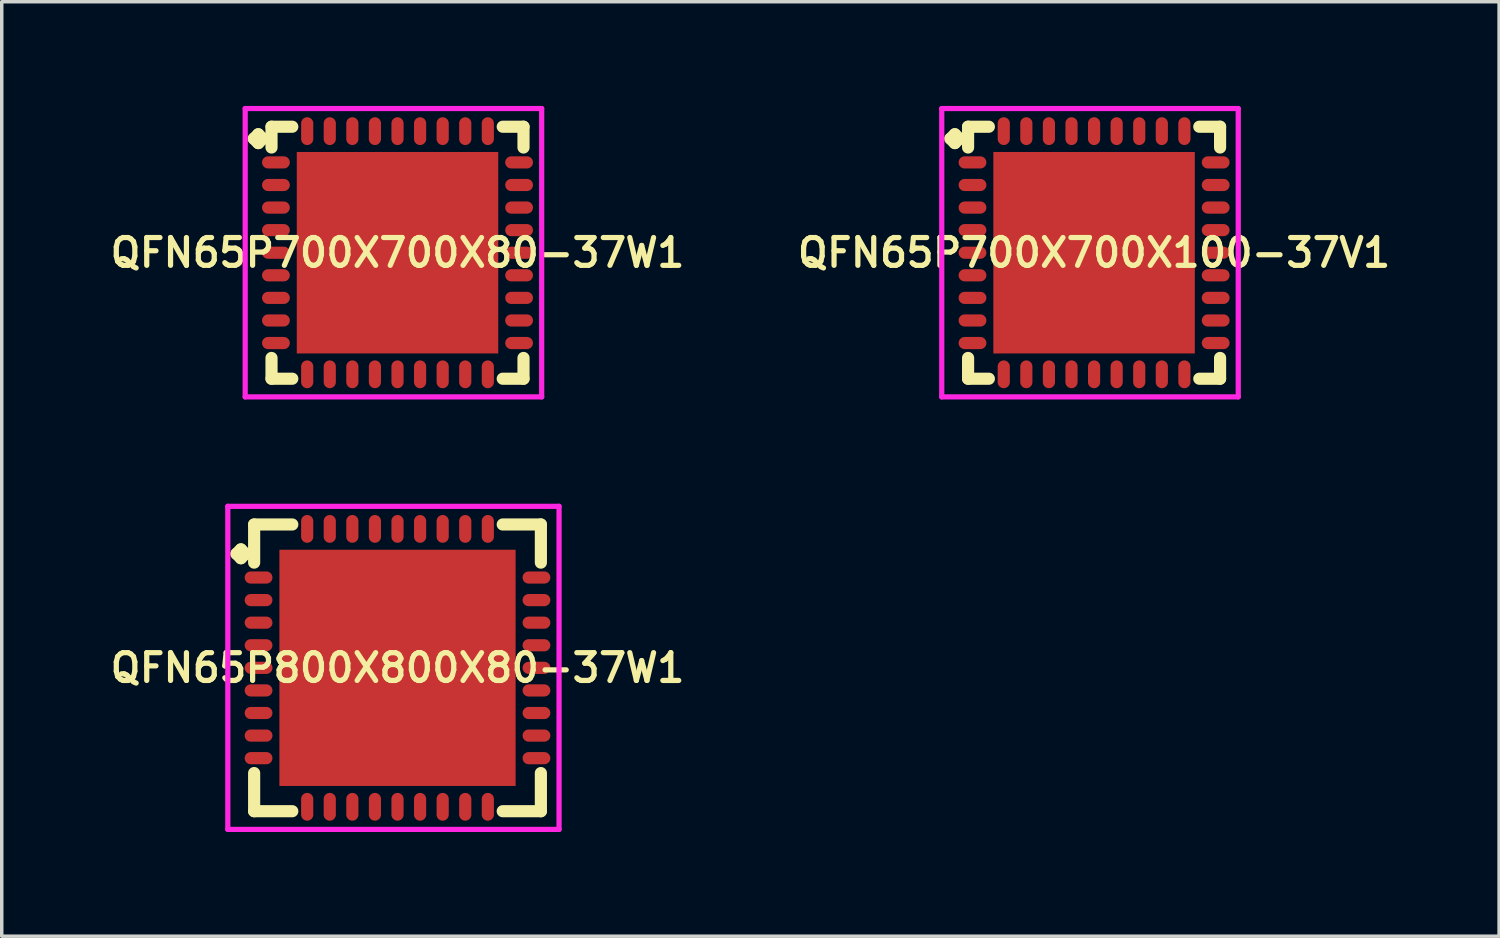
<source format=kicad_pcb>
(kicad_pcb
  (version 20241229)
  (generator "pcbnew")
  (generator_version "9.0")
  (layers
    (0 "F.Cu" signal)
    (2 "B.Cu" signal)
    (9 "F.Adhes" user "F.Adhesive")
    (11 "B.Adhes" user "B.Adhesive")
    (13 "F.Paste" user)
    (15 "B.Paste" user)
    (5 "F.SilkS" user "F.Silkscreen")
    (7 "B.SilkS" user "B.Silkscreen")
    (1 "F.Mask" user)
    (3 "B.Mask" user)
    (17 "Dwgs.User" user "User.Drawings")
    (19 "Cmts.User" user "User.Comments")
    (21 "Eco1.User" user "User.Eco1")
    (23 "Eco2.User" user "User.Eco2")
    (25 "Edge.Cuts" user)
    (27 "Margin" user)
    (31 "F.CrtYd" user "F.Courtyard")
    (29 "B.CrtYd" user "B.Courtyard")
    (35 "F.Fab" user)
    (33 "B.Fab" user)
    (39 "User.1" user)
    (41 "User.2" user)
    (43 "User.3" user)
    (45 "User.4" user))
  (footprint "QFN65P700X700X80-37W1"
    (layer "F.Cu")
    (at 8.393 4.225)
    (property "Reference" "QFN65P700X700X80-37W1" (at 0 0 0) (layer "F.SilkS") (effects (font (size 0.8 0.8) (thickness 0.15))))
    (attr smd)
    (fp_line (start -4.135 -3.283) (end -4.008 -3.41) (stroke (width 0.35) (type solid)) (layer "F.SilkS"))
    (fp_line (start -4.008 -3.41) (end -3.881 -3.283) (stroke (width 0.35) (type solid)) (layer "F.SilkS"))
    (fp_line (start -4.008 -3.156) (end -4.135 -3.283) (stroke (width 0.35) (type solid)) (layer "F.SilkS"))
    (fp_line (start -3.881 -3.283) (end -4.008 -3.156) (stroke (width 0.35) (type solid)) (layer "F.SilkS"))
    (fp_line (start -3.627 -3.627) (end -3.029 -3.627) (stroke (width 0.35) (type solid)) (layer "F.SilkS"))
    (fp_line (start -3.627 -3.029) (end -3.627 -3.627) (stroke (width 0.35) (type solid)) (layer "F.SilkS"))
    (fp_line (start -3.627 3.029) (end -3.627 3.627) (stroke (width 0.35) (type solid)) (layer "F.SilkS"))
    (fp_line (start -3.627 3.627) (end -3.029 3.627) (stroke (width 0.35) (type solid)) (layer "F.SilkS"))
    (fp_line (start 3.029 -3.627) (end 3.627 -3.627) (stroke (width 0.35) (type solid)) (layer "F.SilkS"))
    (fp_line (start 3.029 3.627) (end 3.627 3.627) (stroke (width 0.35) (type solid)) (layer "F.SilkS"))
    (fp_line (start 3.627 -3.627) (end 3.627 -3.029) (stroke (width 0.35) (type solid)) (layer "F.SilkS"))
    (fp_line (start 3.627 3.627) (end 3.627 3.029) (stroke (width 0.35) (type solid)) (layer "F.SilkS"))
    (fp_line (start -4.385 -4.15) (end 4.15 -4.15) (stroke (width 0.15) (type solid)) (layer "F.CrtYd"))
    (fp_line (start -4.385 4.15) (end -4.385 -4.15) (stroke (width 0.15) (type solid)) (layer "F.CrtYd"))
    (fp_line (start 4.15 -4.15) (end 4.15 4.15) (stroke (width 0.15) (type solid)) (layer "F.CrtYd"))
    (fp_line (start 4.15 4.15) (end -4.385 4.15) (stroke (width 0.15) (type solid)) (layer "F.CrtYd"))
    (pad "1" smd oval (at -3.5 -2.6) (size 0.8 0.35) (layers "F.Cu" "F.Mask" "F.Paste"))
    (pad "2" smd oval (at -3.5 -1.95) (size 0.8 0.35) (layers "F.Cu" "F.Mask" "F.Paste"))
    (pad "3" smd oval (at -3.5 -1.3) (size 0.8 0.35) (layers "F.Cu" "F.Mask" "F.Paste"))
    (pad "4" smd oval (at -3.5 -0.65) (size 0.8 0.35) (layers "F.Cu" "F.Mask" "F.Paste"))
    (pad "5" smd oval (at -3.5 0) (size 0.8 0.35) (layers "F.Cu" "F.Mask" "F.Paste"))
    (pad "6" smd oval (at -3.5 0.65) (size 0.8 0.35) (layers "F.Cu" "F.Mask" "F.Paste"))
    (pad "7" smd oval (at -3.5 1.3) (size 0.8 0.35) (layers "F.Cu" "F.Mask" "F.Paste"))
    (pad "8" smd oval (at -3.5 1.95) (size 0.8 0.35) (layers "F.Cu" "F.Mask" "F.Paste"))
    (pad "9" smd oval (at -3.5 2.6) (size 0.8 0.35) (layers "F.Cu" "F.Mask" "F.Paste"))
    (pad "10" smd oval (at -2.6 3.5) (size 0.35 0.8) (layers "F.Cu" "F.Mask" "F.Paste"))
    (pad "11" smd oval (at -1.95 3.5) (size 0.35 0.8) (layers "F.Cu" "F.Mask" "F.Paste"))
    (pad "12" smd oval (at -1.3 3.5) (size 0.35 0.8) (layers "F.Cu" "F.Mask" "F.Paste"))
    (pad "13" smd oval (at -0.65 3.5) (size 0.35 0.8) (layers "F.Cu" "F.Mask" "F.Paste"))
    (pad "14" smd oval (at 0 3.5) (size 0.35 0.8) (layers "F.Cu" "F.Mask" "F.Paste"))
    (pad "15" smd oval (at 0.65 3.5) (size 0.35 0.8) (layers "F.Cu" "F.Mask" "F.Paste"))
    (pad "16" smd oval (at 1.3 3.5) (size 0.35 0.8) (layers "F.Cu" "F.Mask" "F.Paste"))
    (pad "17" smd oval (at 1.95 3.5) (size 0.35 0.8) (layers "F.Cu" "F.Mask" "F.Paste"))
    (pad "18" smd oval (at 2.6 3.5) (size 0.35 0.8) (layers "F.Cu" "F.Mask" "F.Paste"))
    (pad "19" smd oval (at 3.5 2.6) (size 0.8 0.35) (layers "F.Cu" "F.Mask" "F.Paste"))
    (pad "20" smd oval (at 3.5 1.95) (size 0.8 0.35) (layers "F.Cu" "F.Mask" "F.Paste"))
    (pad "21" smd oval (at 3.5 1.3) (size 0.8 0.35) (layers "F.Cu" "F.Mask" "F.Paste"))
    (pad "22" smd oval (at 3.5 0.65) (size 0.8 0.35) (layers "F.Cu" "F.Mask" "F.Paste"))
    (pad "23" smd oval (at 3.5 0) (size 0.8 0.35) (layers "F.Cu" "F.Mask" "F.Paste"))
    (pad "24" smd oval (at 3.5 -0.65) (size 0.8 0.35) (layers "F.Cu" "F.Mask" "F.Paste"))
    (pad "25" smd oval (at 3.5 -1.3) (size 0.8 0.35) (layers "F.Cu" "F.Mask" "F.Paste"))
    (pad "26" smd oval (at 3.5 -1.95) (size 0.8 0.35) (layers "F.Cu" "F.Mask" "F.Paste"))
    (pad "27" smd oval (at 3.5 -2.6) (size 0.8 0.35) (layers "F.Cu" "F.Mask" "F.Paste"))
    (pad "28" smd oval (at 2.6 -3.5) (size 0.35 0.8) (layers "F.Cu" "F.Mask" "F.Paste"))
    (pad "29" smd oval (at 1.95 -3.5) (size 0.35 0.8) (layers "F.Cu" "F.Mask" "F.Paste"))
    (pad "30" smd oval (at 1.3 -3.5) (size 0.35 0.8) (layers "F.Cu" "F.Mask" "F.Paste"))
    (pad "31" smd oval (at 0.65 -3.5) (size 0.35 0.8) (layers "F.Cu" "F.Mask" "F.Paste"))
    (pad "32" smd oval (at 0 -3.5) (size 0.35 0.8) (layers "F.Cu" "F.Mask" "F.Paste"))
    (pad "33" smd oval (at -0.65 -3.5) (size 0.35 0.8) (layers "F.Cu" "F.Mask" "F.Paste"))
    (pad "34" smd oval (at -1.3 -3.5) (size 0.35 0.8) (layers "F.Cu" "F.Mask" "F.Paste"))
    (pad "35" smd oval (at -1.95 -3.5) (size 0.35 0.8) (layers "F.Cu" "F.Mask" "F.Paste"))
    (pad "36" smd oval (at -2.6 -3.5) (size 0.35 0.8) (layers "F.Cu" "F.Mask" "F.Paste"))
    (pad "37" smd rect (at 0 0) (size 5.8 5.8) (layers "F.Cu" "F.Mask" "F.Paste")))
  (footprint "QFN65P800X800X80-37W1"
    (layer "F.Cu")
    (at 8.393 16.175)
    (property "Reference" "QFN65P800X800X80-37W1" (at 0 0 0) (layer "F.SilkS") (effects (font (size 0.8 0.8) (thickness 0.15))))
    (attr smd)
    (fp_line (start -4.635 -3.283) (end -4.508 -3.41) (stroke (width 0.35) (type solid)) (layer "F.SilkS"))
    (fp_line (start -4.508 -3.41) (end -4.381 -3.283) (stroke (width 0.35) (type solid)) (layer "F.SilkS"))
    (fp_line (start -4.508 -3.156) (end -4.635 -3.283) (stroke (width 0.35) (type solid)) (layer "F.SilkS"))
    (fp_line (start -4.381 -3.283) (end -4.508 -3.156) (stroke (width 0.35) (type solid)) (layer "F.SilkS"))
    (fp_line (start -4.127 -4.127) (end -3.029 -4.127) (stroke (width 0.35) (type solid)) (layer "F.SilkS"))
    (fp_line (start -4.127 -3.029) (end -4.127 -4.127) (stroke (width 0.35) (type solid)) (layer "F.SilkS"))
    (fp_line (start -4.127 3.029) (end -4.127 4.127) (stroke (width 0.35) (type solid)) (layer "F.SilkS"))
    (fp_line (start -4.127 4.127) (end -3.029 4.127) (stroke (width 0.35) (type solid)) (layer "F.SilkS"))
    (fp_line (start 3.029 -4.127) (end 4.127 -4.127) (stroke (width 0.35) (type solid)) (layer "F.SilkS"))
    (fp_line (start 3.029 4.127) (end 4.127 4.127) (stroke (width 0.35) (type solid)) (layer "F.SilkS"))
    (fp_line (start 4.127 -4.127) (end 4.127 -3.029) (stroke (width 0.35) (type solid)) (layer "F.SilkS"))
    (fp_line (start 4.127 4.127) (end 4.127 3.029) (stroke (width 0.35) (type solid)) (layer "F.SilkS"))
    (fp_line (start -4.885 -4.65) (end 4.65 -4.65) (stroke (width 0.15) (type solid)) (layer "F.CrtYd"))
    (fp_line (start -4.885 4.65) (end -4.885 -4.65) (stroke (width 0.15) (type solid)) (layer "F.CrtYd"))
    (fp_line (start 4.65 -4.65) (end 4.65 4.65) (stroke (width 0.15) (type solid)) (layer "F.CrtYd"))
    (fp_line (start 4.65 4.65) (end -4.885 4.65) (stroke (width 0.15) (type solid)) (layer "F.CrtYd"))
    (pad "1" smd oval (at -4 -2.6) (size 0.8 0.35) (layers "F.Cu" "F.Mask" "F.Paste"))
    (pad "2" smd oval (at -4 -1.95) (size 0.8 0.35) (layers "F.Cu" "F.Mask" "F.Paste"))
    (pad "3" smd oval (at -4 -1.3) (size 0.8 0.35) (layers "F.Cu" "F.Mask" "F.Paste"))
    (pad "4" smd oval (at -4 -0.65) (size 0.8 0.35) (layers "F.Cu" "F.Mask" "F.Paste"))
    (pad "5" smd oval (at -4 0) (size 0.8 0.35) (layers "F.Cu" "F.Mask" "F.Paste"))
    (pad "6" smd oval (at -4 0.65) (size 0.8 0.35) (layers "F.Cu" "F.Mask" "F.Paste"))
    (pad "7" smd oval (at -4 1.3) (size 0.8 0.35) (layers "F.Cu" "F.Mask" "F.Paste"))
    (pad "8" smd oval (at -4 1.95) (size 0.8 0.35) (layers "F.Cu" "F.Mask" "F.Paste"))
    (pad "9" smd oval (at -4 2.6) (size 0.8 0.35) (layers "F.Cu" "F.Mask" "F.Paste"))
    (pad "10" smd oval (at -2.6 4) (size 0.35 0.8) (layers "F.Cu" "F.Mask" "F.Paste"))
    (pad "11" smd oval (at -1.95 4) (size 0.35 0.8) (layers "F.Cu" "F.Mask" "F.Paste"))
    (pad "12" smd oval (at -1.3 4) (size 0.35 0.8) (layers "F.Cu" "F.Mask" "F.Paste"))
    (pad "13" smd oval (at -0.65 4) (size 0.35 0.8) (layers "F.Cu" "F.Mask" "F.Paste"))
    (pad "14" smd oval (at 0 4) (size 0.35 0.8) (layers "F.Cu" "F.Mask" "F.Paste"))
    (pad "15" smd oval (at 0.65 4) (size 0.35 0.8) (layers "F.Cu" "F.Mask" "F.Paste"))
    (pad "16" smd oval (at 1.3 4) (size 0.35 0.8) (layers "F.Cu" "F.Mask" "F.Paste"))
    (pad "17" smd oval (at 1.95 4) (size 0.35 0.8) (layers "F.Cu" "F.Mask" "F.Paste"))
    (pad "18" smd oval (at 2.6 4) (size 0.35 0.8) (layers "F.Cu" "F.Mask" "F.Paste"))
    (pad "19" smd oval (at 4 2.6) (size 0.8 0.35) (layers "F.Cu" "F.Mask" "F.Paste"))
    (pad "20" smd oval (at 4 1.95) (size 0.8 0.35) (layers "F.Cu" "F.Mask" "F.Paste"))
    (pad "21" smd oval (at 4 1.3) (size 0.8 0.35) (layers "F.Cu" "F.Mask" "F.Paste"))
    (pad "22" smd oval (at 4 0.65) (size 0.8 0.35) (layers "F.Cu" "F.Mask" "F.Paste"))
    (pad "23" smd oval (at 4 0) (size 0.8 0.35) (layers "F.Cu" "F.Mask" "F.Paste"))
    (pad "24" smd oval (at 4 -0.65) (size 0.8 0.35) (layers "F.Cu" "F.Mask" "F.Paste"))
    (pad "25" smd oval (at 4 -1.3) (size 0.8 0.35) (layers "F.Cu" "F.Mask" "F.Paste"))
    (pad "26" smd oval (at 4 -1.95) (size 0.8 0.35) (layers "F.Cu" "F.Mask" "F.Paste"))
    (pad "27" smd oval (at 4 -2.6) (size 0.8 0.35) (layers "F.Cu" "F.Mask" "F.Paste"))
    (pad "28" smd oval (at 2.6 -4) (size 0.35 0.8) (layers "F.Cu" "F.Mask" "F.Paste"))
    (pad "29" smd oval (at 1.95 -4) (size 0.35 0.8) (layers "F.Cu" "F.Mask" "F.Paste"))
    (pad "30" smd oval (at 1.3 -4) (size 0.35 0.8) (layers "F.Cu" "F.Mask" "F.Paste"))
    (pad "31" smd oval (at 0.65 -4) (size 0.35 0.8) (layers "F.Cu" "F.Mask" "F.Paste"))
    (pad "32" smd oval (at 0 -4) (size 0.35 0.8) (layers "F.Cu" "F.Mask" "F.Paste"))
    (pad "33" smd oval (at -0.65 -4) (size 0.35 0.8) (layers "F.Cu" "F.Mask" "F.Paste"))
    (pad "34" smd oval (at -1.3 -4) (size 0.35 0.8) (layers "F.Cu" "F.Mask" "F.Paste"))
    (pad "35" smd oval (at -1.95 -4) (size 0.35 0.8) (layers "F.Cu" "F.Mask" "F.Paste"))
    (pad "36" smd oval (at -2.6 -4) (size 0.35 0.8) (layers "F.Cu" "F.Mask" "F.Paste"))
    (pad "37" smd rect (at 0 0) (size 6.8 6.8) (layers "F.Cu" "F.Mask" "F.Paste")))
  (footprint "QFN65P700X700X100-37V1"
    (layer "F.Cu")
    (at 28.445 4.225)
    (property "Reference" "QFN65P700X700X100-37V1" (at 0 0 0) (layer "F.SilkS") (effects (font (size 0.8 0.8) (thickness 0.15))))
    (attr smd)
    (fp_line (start -4.135 -3.283) (end -4.008 -3.41) (stroke (width 0.35) (type solid)) (layer "F.SilkS"))
    (fp_line (start -4.008 -3.41) (end -3.881 -3.283) (stroke (width 0.35) (type solid)) (layer "F.SilkS"))
    (fp_line (start -4.008 -3.156) (end -4.135 -3.283) (stroke (width 0.35) (type solid)) (layer "F.SilkS"))
    (fp_line (start -3.881 -3.283) (end -4.008 -3.156) (stroke (width 0.35) (type solid)) (layer "F.SilkS"))
    (fp_line (start -3.627 -3.627) (end -3.029 -3.627) (stroke (width 0.35) (type solid)) (layer "F.SilkS"))
    (fp_line (start -3.627 -3.029) (end -3.627 -3.627) (stroke (width 0.35) (type solid)) (layer "F.SilkS"))
    (fp_line (start -3.627 3.029) (end -3.627 3.627) (stroke (width 0.35) (type solid)) (layer "F.SilkS"))
    (fp_line (start -3.627 3.627) (end -3.029 3.627) (stroke (width 0.35) (type solid)) (layer "F.SilkS"))
    (fp_line (start 3.029 -3.627) (end 3.627 -3.627) (stroke (width 0.35) (type solid)) (layer "F.SilkS"))
    (fp_line (start 3.029 3.627) (end 3.627 3.627) (stroke (width 0.35) (type solid)) (layer "F.SilkS"))
    (fp_line (start 3.627 -3.627) (end 3.627 -3.029) (stroke (width 0.35) (type solid)) (layer "F.SilkS"))
    (fp_line (start 3.627 3.627) (end 3.627 3.029) (stroke (width 0.35) (type solid)) (layer "F.SilkS"))
    (fp_line (start -4.385 -4.15) (end 4.15 -4.15) (stroke (width 0.15) (type solid)) (layer "F.CrtYd"))
    (fp_line (start -4.385 4.15) (end -4.385 -4.15) (stroke (width 0.15) (type solid)) (layer "F.CrtYd"))
    (fp_line (start 4.15 -4.15) (end 4.15 4.15) (stroke (width 0.15) (type solid)) (layer "F.CrtYd"))
    (fp_line (start 4.15 4.15) (end -4.385 4.15) (stroke (width 0.15) (type solid)) (layer "F.CrtYd"))
    (pad "1" smd oval (at -3.5 -2.6) (size 0.8 0.35) (layers "F.Cu" "F.Mask" "F.Paste"))
    (pad "2" smd oval (at -3.5 -1.95) (size 0.8 0.35) (layers "F.Cu" "F.Mask" "F.Paste"))
    (pad "3" smd oval (at -3.5 -1.3) (size 0.8 0.35) (layers "F.Cu" "F.Mask" "F.Paste"))
    (pad "4" smd oval (at -3.5 -0.65) (size 0.8 0.35) (layers "F.Cu" "F.Mask" "F.Paste"))
    (pad "5" smd oval (at -3.5 0) (size 0.8 0.35) (layers "F.Cu" "F.Mask" "F.Paste"))
    (pad "6" smd oval (at -3.5 0.65) (size 0.8 0.35) (layers "F.Cu" "F.Mask" "F.Paste"))
    (pad "7" smd oval (at -3.5 1.3) (size 0.8 0.35) (layers "F.Cu" "F.Mask" "F.Paste"))
    (pad "8" smd oval (at -3.5 1.95) (size 0.8 0.35) (layers "F.Cu" "F.Mask" "F.Paste"))
    (pad "9" smd oval (at -3.5 2.6) (size 0.8 0.35) (layers "F.Cu" "F.Mask" "F.Paste"))
    (pad "10" smd oval (at -2.6 3.5) (size 0.35 0.8) (layers "F.Cu" "F.Mask" "F.Paste"))
    (pad "11" smd oval (at -1.95 3.5) (size 0.35 0.8) (layers "F.Cu" "F.Mask" "F.Paste"))
    (pad "12" smd oval (at -1.3 3.5) (size 0.35 0.8) (layers "F.Cu" "F.Mask" "F.Paste"))
    (pad "13" smd oval (at -0.65 3.5) (size 0.35 0.8) (layers "F.Cu" "F.Mask" "F.Paste"))
    (pad "14" smd oval (at 0 3.5) (size 0.35 0.8) (layers "F.Cu" "F.Mask" "F.Paste"))
    (pad "15" smd oval (at 0.65 3.5) (size 0.35 0.8) (layers "F.Cu" "F.Mask" "F.Paste"))
    (pad "16" smd oval (at 1.3 3.5) (size 0.35 0.8) (layers "F.Cu" "F.Mask" "F.Paste"))
    (pad "17" smd oval (at 1.95 3.5) (size 0.35 0.8) (layers "F.Cu" "F.Mask" "F.Paste"))
    (pad "18" smd oval (at 2.6 3.5) (size 0.35 0.8) (layers "F.Cu" "F.Mask" "F.Paste"))
    (pad "19" smd oval (at 3.5 2.6) (size 0.8 0.35) (layers "F.Cu" "F.Mask" "F.Paste"))
    (pad "20" smd oval (at 3.5 1.95) (size 0.8 0.35) (layers "F.Cu" "F.Mask" "F.Paste"))
    (pad "21" smd oval (at 3.5 1.3) (size 0.8 0.35) (layers "F.Cu" "F.Mask" "F.Paste"))
    (pad "22" smd oval (at 3.5 0.65) (size 0.8 0.35) (layers "F.Cu" "F.Mask" "F.Paste"))
    (pad "23" smd oval (at 3.5 0) (size 0.8 0.35) (layers "F.Cu" "F.Mask" "F.Paste"))
    (pad "24" smd oval (at 3.5 -0.65) (size 0.8 0.35) (layers "F.Cu" "F.Mask" "F.Paste"))
    (pad "25" smd oval (at 3.5 -1.3) (size 0.8 0.35) (layers "F.Cu" "F.Mask" "F.Paste"))
    (pad "26" smd oval (at 3.5 -1.95) (size 0.8 0.35) (layers "F.Cu" "F.Mask" "F.Paste"))
    (pad "27" smd oval (at 3.5 -2.6) (size 0.8 0.35) (layers "F.Cu" "F.Mask" "F.Paste"))
    (pad "28" smd oval (at 2.6 -3.5) (size 0.35 0.8) (layers "F.Cu" "F.Mask" "F.Paste"))
    (pad "29" smd oval (at 1.95 -3.5) (size 0.35 0.8) (layers "F.Cu" "F.Mask" "F.Paste"))
    (pad "30" smd oval (at 1.3 -3.5) (size 0.35 0.8) (layers "F.Cu" "F.Mask" "F.Paste"))
    (pad "31" smd oval (at 0.65 -3.5) (size 0.35 0.8) (layers "F.Cu" "F.Mask" "F.Paste"))
    (pad "32" smd oval (at 0 -3.5) (size 0.35 0.8) (layers "F.Cu" "F.Mask" "F.Paste"))
    (pad "33" smd oval (at -0.65 -3.5) (size 0.35 0.8) (layers "F.Cu" "F.Mask" "F.Paste"))
    (pad "34" smd oval (at -1.3 -3.5) (size 0.35 0.8) (layers "F.Cu" "F.Mask" "F.Paste"))
    (pad "35" smd oval (at -1.95 -3.5) (size 0.35 0.8) (layers "F.Cu" "F.Mask" "F.Paste"))
    (pad "36" smd oval (at -2.6 -3.5) (size 0.35 0.8) (layers "F.Cu" "F.Mask" "F.Paste"))
    (pad "37" smd rect (at 0 0) (size 5.8 5.8) (layers "F.Cu" "F.Mask" "F.Paste")))
  (gr_rect
    (start -3 -3)
    (end 40.104 23.9)
    (stroke (width 0.1) (type default))
    (fill no)
    (layer "Edge.Cuts")))
</source>
